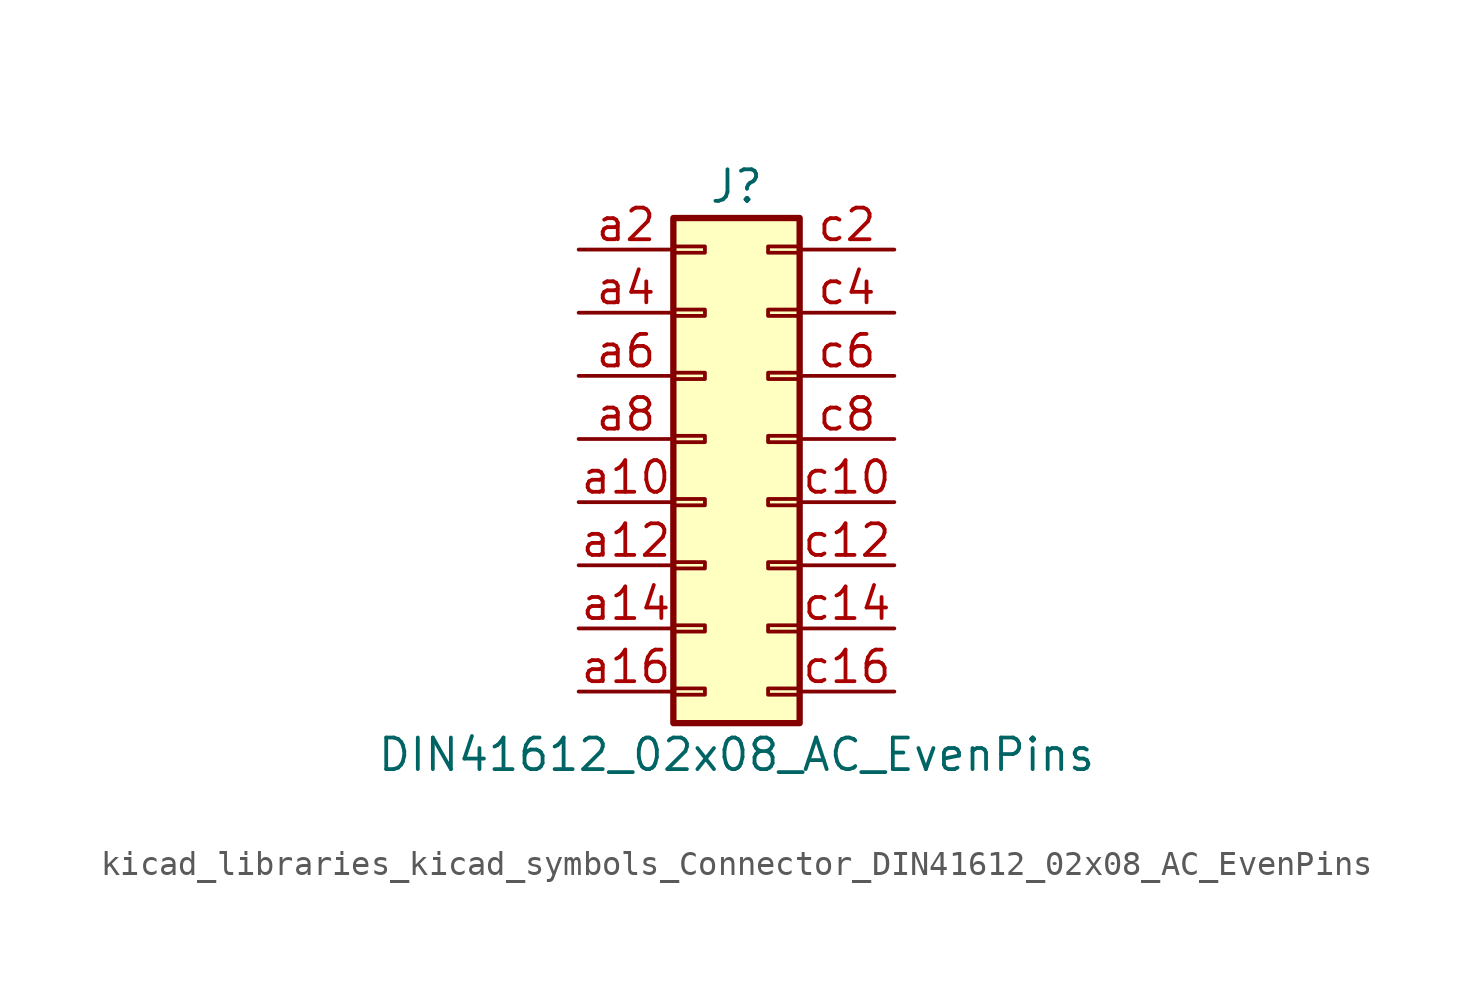
<source format=kicad_sym>
(kicad_symbol_lib
  (version 20220914)
  (generator kicad_symbol_editor)
  (symbol "kicad_libraries_kicad_symbols_Connector_DIN41612_02x08_AC_EvenPins"
    (pin_names
      (offset 1.016) hide)
    (property "Reference" "J"
      (at 1.27 10.16 0)
      (effects (font (size 1.27 1.27))))
    (property "Value" "DIN41612_02x08_AC_EvenPins"
      (at 1.27 -12.7 0)
      (effects (font (size 1.27 1.27))))
    (symbol "kicad_libraries_kicad_symbols_Connector_DIN41612_02x08_AC_EvenPins_1_1"
      (rectangle (start -1.27 -10.033) (end 0 -10.287) (stroke (width 0.152) (type default)) (fill (type none)))
      (rectangle (start -1.27 -7.493) (end 0 -7.747) (stroke (width 0.152) (type default)) (fill (type none)))
      (rectangle (start -1.27 -4.953) (end 0 -5.207) (stroke (width 0.152) (type default)) (fill (type none)))
      (rectangle (start -1.27 -2.413) (end 0 -2.667) (stroke (width 0.152) (type default)) (fill (type none)))
      (rectangle (start -1.27 0.127) (end 0 -0.127) (stroke (width 0.152) (type default)) (fill (type none)))
      (rectangle (start -1.27 2.667) (end 0 2.413) (stroke (width 0.152) (type default)) (fill (type none)))
      (rectangle (start -1.27 5.207) (end 0 4.953) (stroke (width 0.152) (type default)) (fill (type none)))
      (rectangle (start -1.27 7.747) (end 0 7.493) (stroke (width 0.152) (type default)) (fill (type none)))
      (rectangle (start -1.27 8.89) (end 3.81 -11.43) (stroke (width 0.254) (type default)) (fill (type background)))
      (rectangle (start 3.81 -10.033) (end 2.54 -10.287) (stroke (width 0.152) (type default)) (fill (type none)))
      (rectangle (start 3.81 -7.493) (end 2.54 -7.747) (stroke (width 0.152) (type default)) (fill (type none)))
      (rectangle (start 3.81 -4.953) (end 2.54 -5.207) (stroke (width 0.152) (type default)) (fill (type none)))
      (rectangle (start 3.81 -2.413) (end 2.54 -2.667) (stroke (width 0.152) (type default)) (fill (type none)))
      (rectangle (start 3.81 0.127) (end 2.54 -0.127) (stroke (width 0.152) (type default)) (fill (type none)))
      (rectangle (start 3.81 2.667) (end 2.54 2.413) (stroke (width 0.152) (type default)) (fill (type none)))
      (rectangle (start 3.81 5.207) (end 2.54 4.953) (stroke (width 0.152) (type default)) (fill (type none)))
      (rectangle (start 3.81 7.747) (end 2.54 7.493) (stroke (width 0.152) (type default)) (fill (type none)))
      (pin passive line (at -5.08 -2.54 0) (length 3.81) (name "Pin_a10" (effects (font (size 1.27 1.27)))) (number "a10" (effects (font (size 1.27 1.27)))))
      (pin passive line (at -5.08 -5.08 0) (length 3.81) (name "Pin_a12" (effects (font (size 1.27 1.27)))) (number "a12" (effects (font (size 1.27 1.27)))))
      (pin passive line (at -5.08 -7.62 0) (length 3.81) (name "Pin_a14" (effects (font (size 1.27 1.27)))) (number "a14" (effects (font (size 1.27 1.27)))))
      (pin passive line (at -5.08 -10.16 0) (length 3.81) (name "Pin_a16" (effects (font (size 1.27 1.27)))) (number "a16" (effects (font (size 1.27 1.27)))))
      (pin passive line (at -5.08 7.62 0) (length 3.81) (name "Pin_a2" (effects (font (size 1.27 1.27)))) (number "a2" (effects (font (size 1.27 1.27)))))
      (pin passive line (at -5.08 5.08 0) (length 3.81) (name "Pin_a4" (effects (font (size 1.27 1.27)))) (number "a4" (effects (font (size 1.27 1.27)))))
      (pin passive line (at -5.08 2.54 0) (length 3.81) (name "Pin_a6" (effects (font (size 1.27 1.27)))) (number "a6" (effects (font (size 1.27 1.27)))))
      (pin passive line (at -5.08 0 0) (length 3.81) (name "Pin_a8" (effects (font (size 1.27 1.27)))) (number "a8" (effects (font (size 1.27 1.27)))))
      (pin passive line (at 7.62 -2.54 180) (length 3.81) (name "Pin_c10" (effects (font (size 1.27 1.27)))) (number "c10" (effects (font (size 1.27 1.27)))))
      (pin passive line (at 7.62 -5.08 180) (length 3.81) (name "Pin_c12" (effects (font (size 1.27 1.27)))) (number "c12" (effects (font (size 1.27 1.27)))))
      (pin passive line (at 7.62 -7.62 180) (length 3.81) (name "Pin_c14" (effects (font (size 1.27 1.27)))) (number "c14" (effects (font (size 1.27 1.27)))))
      (pin passive line (at 7.62 -10.16 180) (length 3.81) (name "Pin_c16" (effects (font (size 1.27 1.27)))) (number "c16" (effects (font (size 1.27 1.27)))))
      (pin passive line (at 7.62 7.62 180) (length 3.81) (name "Pin_c2" (effects (font (size 1.27 1.27)))) (number "c2" (effects (font (size 1.27 1.27)))))
      (pin passive line (at 7.62 5.08 180) (length 3.81) (name "Pin_c4" (effects (font (size 1.27 1.27)))) (number "c4" (effects (font (size 1.27 1.27)))))
      (pin passive line (at 7.62 2.54 180) (length 3.81) (name "Pin_c6" (effects (font (size 1.27 1.27)))) (number "c6" (effects (font (size 1.27 1.27)))))
      (pin passive line (at 7.62 0 180) (length 3.81) (name "Pin_c8" (effects (font (size 1.27 1.27)))) (number "c8" (effects (font (size 1.27 1.27))))))))
</source>
